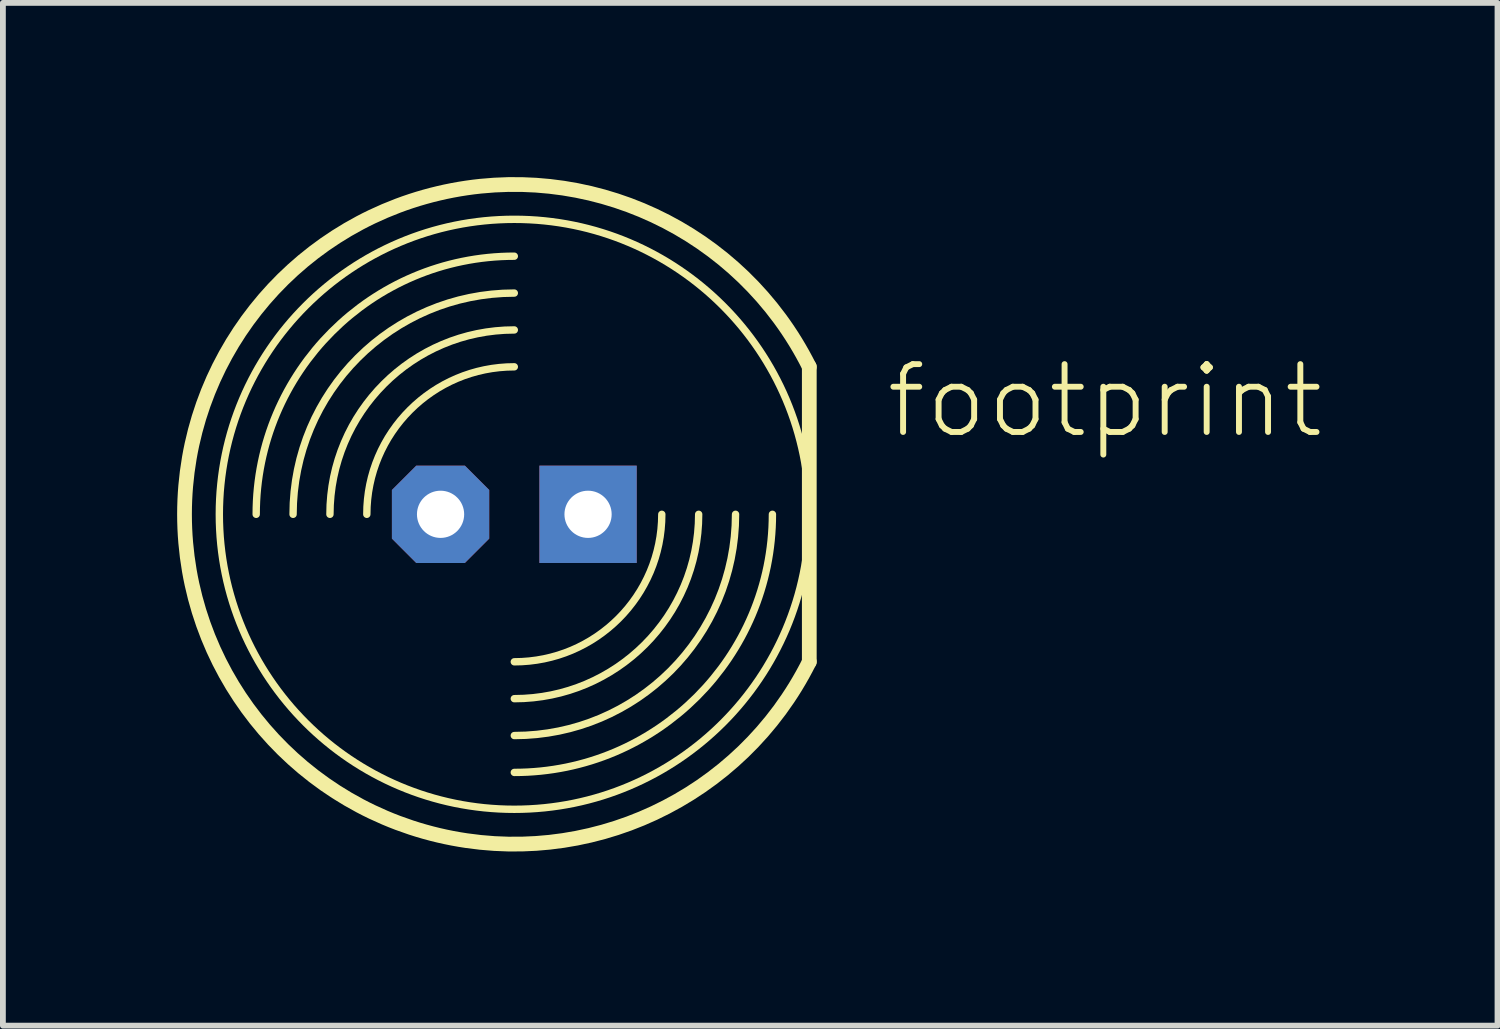
<source format=kicad_pcb>
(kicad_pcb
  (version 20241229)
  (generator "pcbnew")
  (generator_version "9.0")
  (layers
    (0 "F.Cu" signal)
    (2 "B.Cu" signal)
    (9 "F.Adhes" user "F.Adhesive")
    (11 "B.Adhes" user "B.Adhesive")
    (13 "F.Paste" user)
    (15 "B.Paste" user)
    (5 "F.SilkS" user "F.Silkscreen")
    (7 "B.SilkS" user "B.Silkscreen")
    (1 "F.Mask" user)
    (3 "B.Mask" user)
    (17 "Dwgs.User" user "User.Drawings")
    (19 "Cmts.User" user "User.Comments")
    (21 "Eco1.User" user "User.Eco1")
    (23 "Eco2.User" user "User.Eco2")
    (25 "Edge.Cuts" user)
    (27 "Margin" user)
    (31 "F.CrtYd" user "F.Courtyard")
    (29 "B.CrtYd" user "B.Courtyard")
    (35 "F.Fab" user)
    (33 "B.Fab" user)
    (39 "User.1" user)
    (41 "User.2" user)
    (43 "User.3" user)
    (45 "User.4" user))
  (footprint "footprint"
    (layer "F.Cu")
    (at 5.807 5.807)
    (property "Reference" "footprint" (at 6.35 -1.27 0) (layer "F.SilkS") (effects (font (size 1.168 1.168) (thickness 0.102)) (justify left bottom)))
    (fp_line (start 5.08 -2.54) (end 5.08 2.54) (stroke (width 0.254) (type solid)) (layer "F.SilkS"))
    (fp_arc (start -4.445 0) (mid -3.14309 -3.14309) (end 0 -4.445) (stroke (width 0.127) (type solid)) (layer "F.SilkS"))
    (fp_arc (start -3.81 0) (mid -2.694077 -2.694077) (end 0 -3.81) (stroke (width 0.127) (type solid)) (layer "F.SilkS"))
    (fp_arc (start -3.175 0) (mid -2.245064 -2.245064) (end 0 -3.175) (stroke (width 0.127) (type solid)) (layer "F.SilkS"))
    (fp_arc (start -2.54 0) (mid -1.796051 -1.796051) (end 0 -2.54) (stroke (width 0.127) (type solid)) (layer "F.SilkS"))
    (fp_arc (start 2.54 0) (mid 1.796051 1.796051) (end 0 2.54) (stroke (width 0.127) (type solid)) (layer "F.SilkS"))
    (fp_arc (start 3.175 0) (mid 2.245064 2.245064) (end 0 3.175) (stroke (width 0.127) (type solid)) (layer "F.SilkS"))
    (fp_arc (start 3.81 0) (mid 2.694077 2.694077) (end 0 3.81) (stroke (width 0.127) (type solid)) (layer "F.SilkS"))
    (fp_arc (start 4.445 0) (mid 3.14309 3.14309) (end 0 4.445) (stroke (width 0.127) (type solid)) (layer "F.SilkS"))
    (fp_arc (start 5.08 2.54) (mid -5.679613 0) (end 5.08 -2.54) (stroke (width 0.254) (type solid)) (layer "F.SilkS"))
    (fp_circle (center 0 0) (end 5.08 0) (stroke (width 0.127) (type solid)) (fill no) (layer "F.SilkS"))
    (pad "A" thru_hole roundrect (at -1.27 0) (size 1.676 1.676) (drill 0.813) (layers "*.Cu" "*.Mask") (roundrect_rratio 0.25) (chamfer_ratio 0.25) (chamfer top_left top_right bottom_left bottom_right))
    (pad "K" thru_hole rect (at 1.27 0) (size 1.676 1.676) (drill 0.813) (layers "*.Cu" "*.Mask")))
  (gr_rect
    (start -3 -3)
    (end 22.739 14.613)
    (stroke (width 0.1) (type default))
    (fill no)
    (layer "Edge.Cuts")))
</source>
